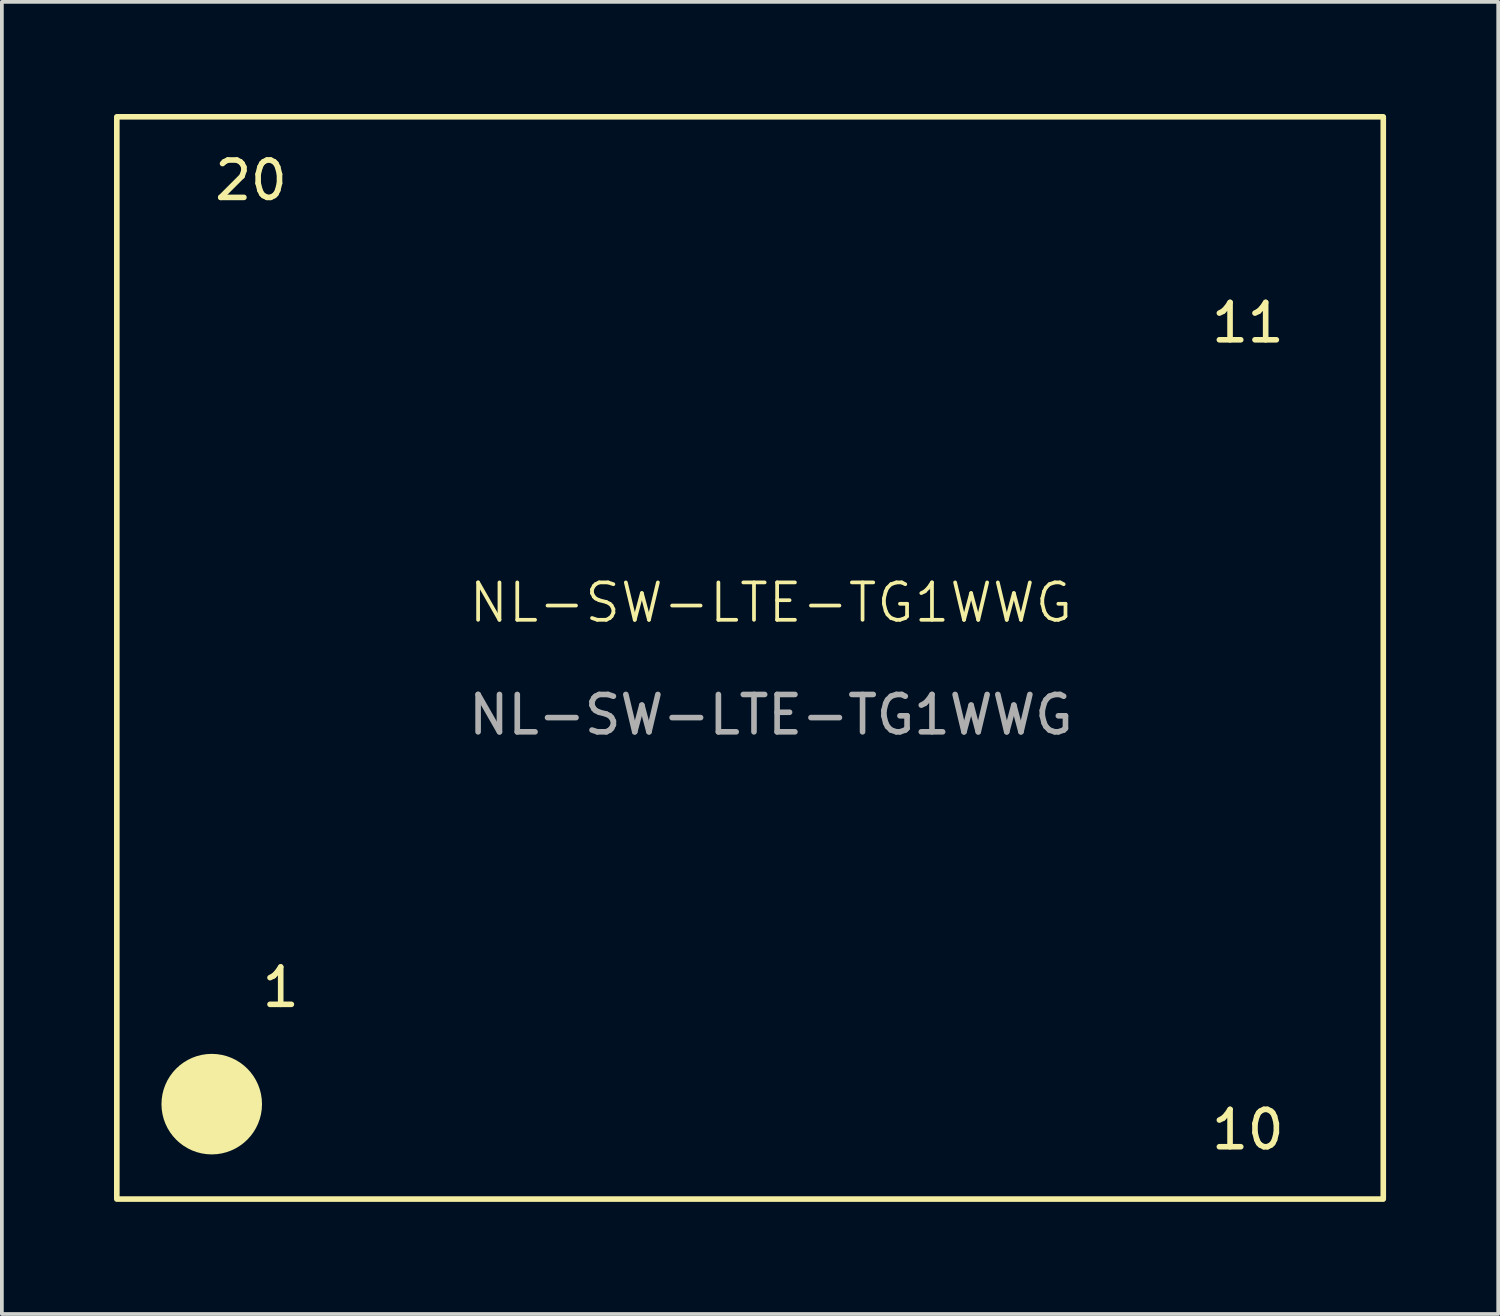
<source format=kicad_pcb>
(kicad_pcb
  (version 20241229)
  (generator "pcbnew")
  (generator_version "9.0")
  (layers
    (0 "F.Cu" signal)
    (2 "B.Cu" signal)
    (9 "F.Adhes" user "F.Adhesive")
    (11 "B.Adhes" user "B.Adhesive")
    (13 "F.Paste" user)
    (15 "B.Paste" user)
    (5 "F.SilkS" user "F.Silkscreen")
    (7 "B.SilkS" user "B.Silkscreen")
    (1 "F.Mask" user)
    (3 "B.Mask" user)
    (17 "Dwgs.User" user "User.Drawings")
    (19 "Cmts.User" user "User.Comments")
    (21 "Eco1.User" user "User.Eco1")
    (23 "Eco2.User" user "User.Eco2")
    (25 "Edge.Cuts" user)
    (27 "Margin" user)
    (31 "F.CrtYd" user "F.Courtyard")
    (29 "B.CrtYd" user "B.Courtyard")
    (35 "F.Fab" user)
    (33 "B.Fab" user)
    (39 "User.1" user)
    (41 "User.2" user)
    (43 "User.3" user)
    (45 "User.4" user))
  (footprint "NL-SW-LTE-TG1WWG"
    (layer "F.Cu")
    (at 17.575 13.575)
    (property "Reference" "NL-SW-LTE-TG1WWG" (at 0 -0.5 0) (unlocked yes) (layer "F.SilkS") (effects (font (size 1 1) (thickness 0.1))))
    (fp_rect (start -17.5 -13.5) (end 16.384 15.456) (stroke (width 0.15) (type default)) (fill no) (layer "F.SilkS"))
    (fp_circle (center -14.96 12.916) (end -13.69 12.916) (stroke (width 0.15) (type solid)) (fill yes) (layer "F.SilkS"))
    (fp_text user "1" (at -13.69 10.376 0) (unlocked yes) (layer "F.SilkS") (effects (font (size 1 1) (thickness 0.15)) (justify left bottom)))
    (fp_text user "11" (at 11.71 -7.404 0) (unlocked yes) (layer "F.SilkS") (effects (font (size 1 1) (thickness 0.15)) (justify left bottom)))
    (fp_text user "10" (at 11.71 14.186 0) (unlocked yes) (layer "F.SilkS") (effects (font (size 1 1) (thickness 0.15)) (justify left bottom)))
    (fp_text user "20" (at -14.96 -11.214 0) (unlocked yes) (layer "F.SilkS") (effects (font (size 1 1) (thickness 0.15)) (justify left bottom)))
    (fp_text user "${REFERENCE}" (at 0 2.5 0) (unlocked yes) (layer "F.Fab") (effects (font (size 1 1) (thickness 0.15)))))
  (gr_rect
    (start -3 -3)
    (end 37.034 32.106)
    (stroke (width 0.1) (type default))
    (fill no)
    (layer "Edge.Cuts")))
</source>
